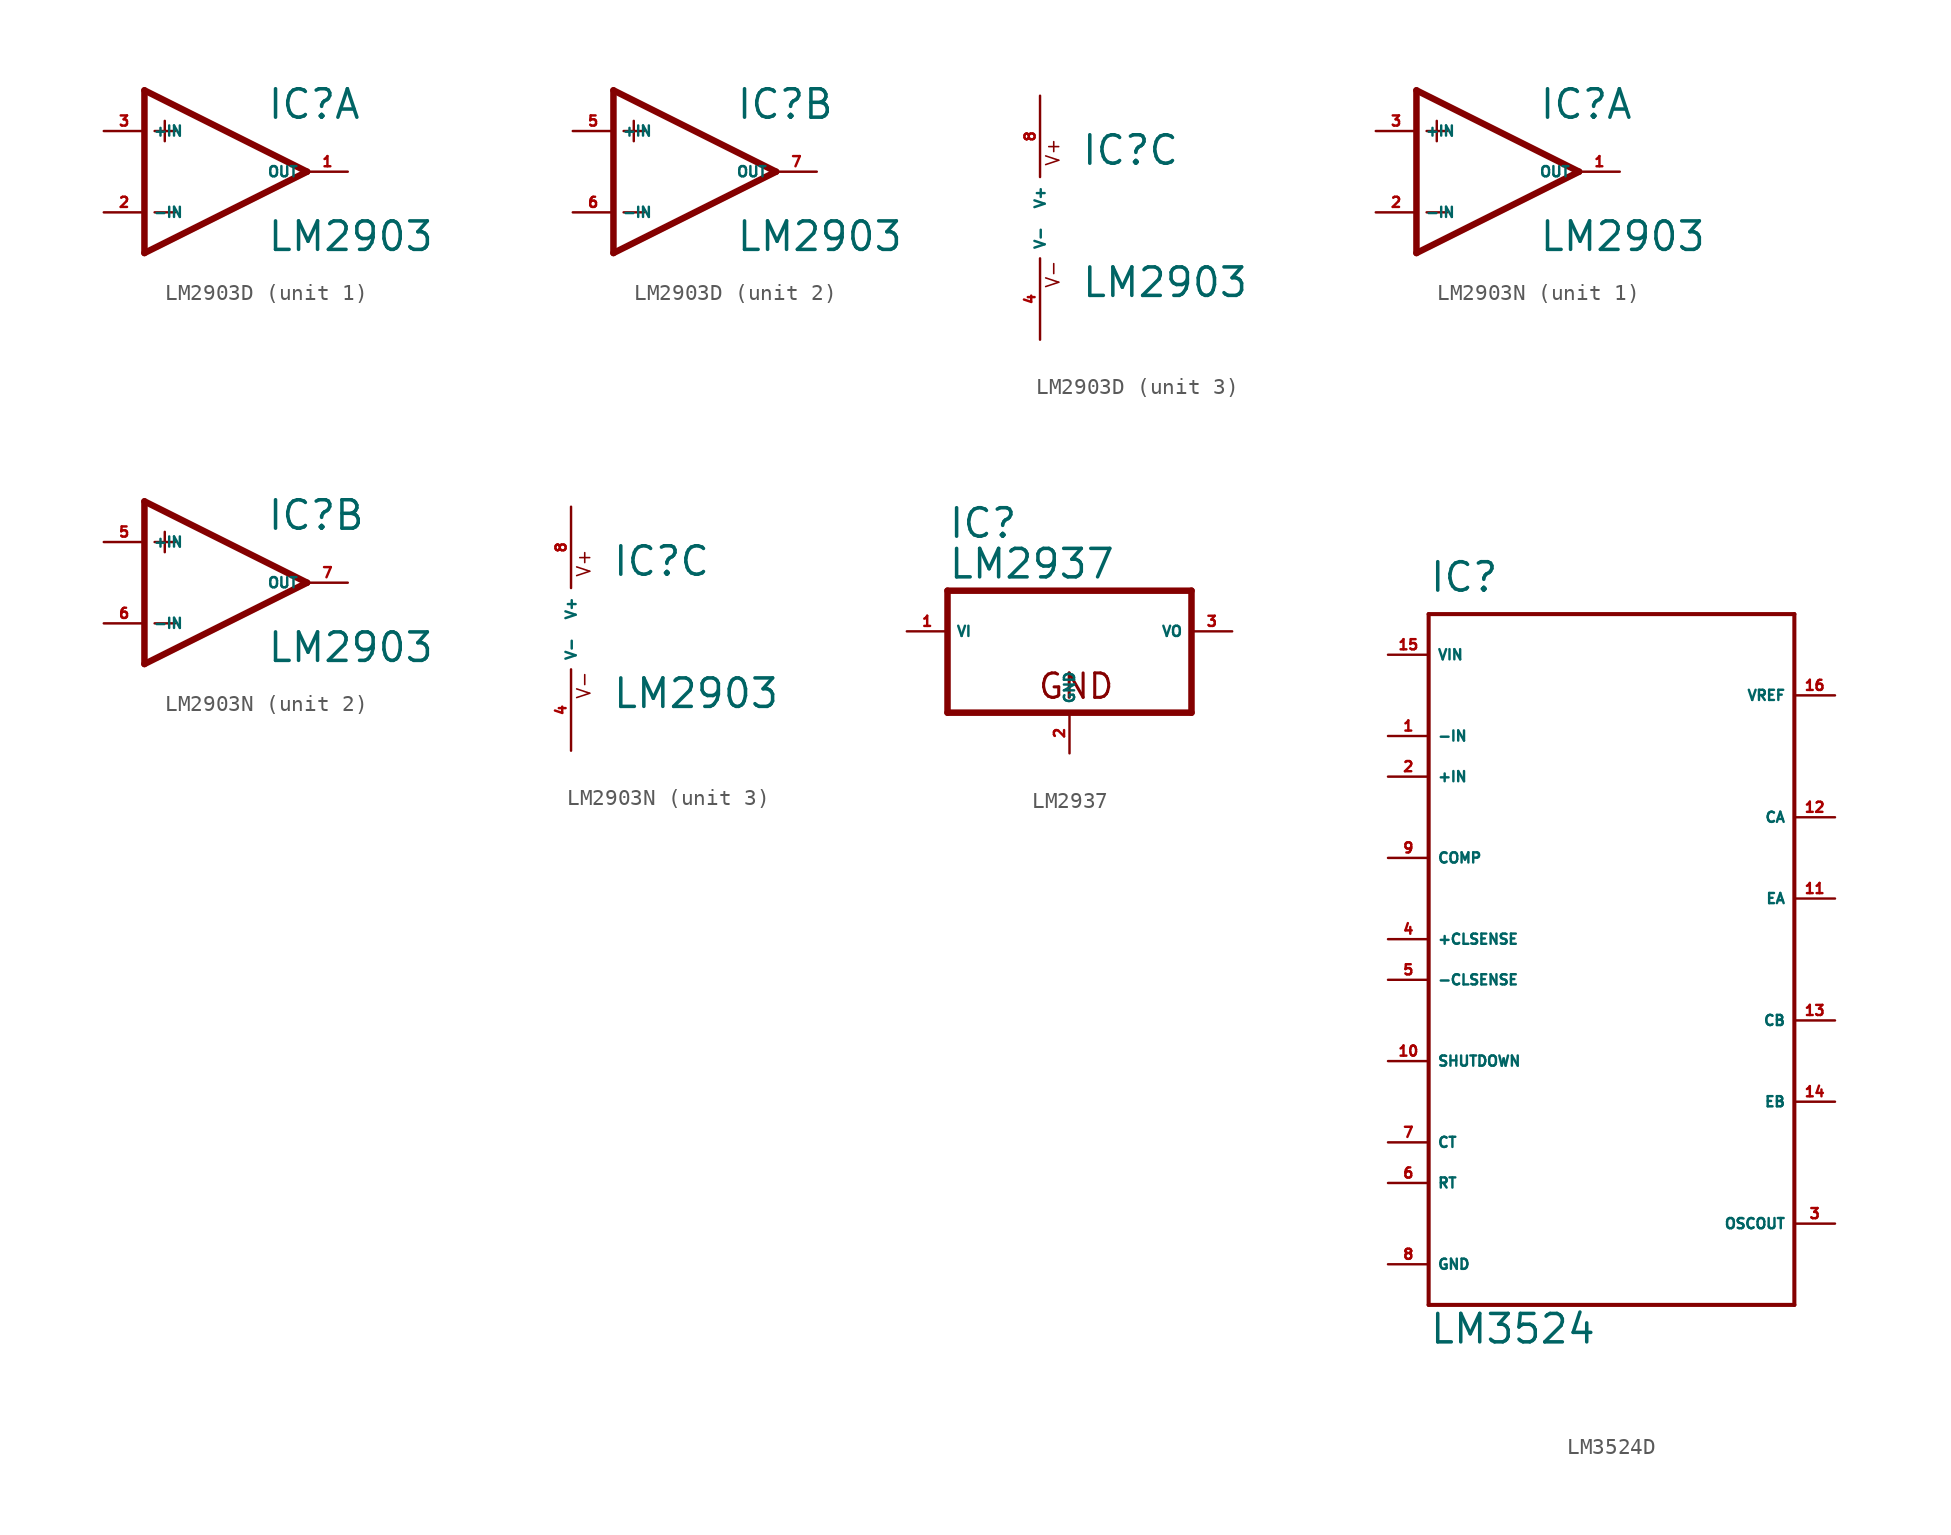
<source format=kicad_sym>
(kicad_symbol_lib
  (version 20220914)
  (generator Eagle2Kicad)
  (symbol "LM2903D"
    (property "Reference" "IC"
      (at 2.54 3.175 0)
      (effects (font (size 1.778 1.778) (thickness 0.22)) (justify left bottom)))
    (property "Value" "LM2903"
      (at 2.54 -5.08 0)
      (effects (font (size 1.778 1.778) (thickness 0.22)) (justify left bottom)))
    (symbol "LM2903D_1_0"
      (polyline (pts (xy -5.08 5.08) (xy -5.08 -5.08)) (stroke (width 0.406) (type default)) (fill (type none)))
      (polyline (pts (xy -5.08 -5.08) (xy 5.08 0)) (stroke (width 0.406) (type default)) (fill (type none)))
      (polyline (pts (xy 5.08 0) (xy -5.08 5.08)) (stroke (width 0.406) (type default)) (fill (type none)))
      (polyline (pts (xy -3.81 3.175) (xy -3.81 1.905)) (stroke (width 0.152) (type default)) (fill (type none)))
      (polyline (pts (xy -4.445 2.54) (xy -3.175 2.54)) (stroke (width 0.152) (type default)) (fill (type none)))
      (polyline (pts (xy -4.445 -2.54) (xy -3.175 -2.54)) (stroke (width 0.152) (type default)) (fill (type none)))
      (pin input line (at -7.62 -2.54 0) (length 2.54) (name "-IN" (effects (font (size 0.635 0.635) (thickness 0.08)) (justify left bottom))) (number "2" (effects (font (size 0.635 0.635) (thickness 0.08)) (justify left bottom))))
      (pin input line (at -7.62 2.54 0) (length 2.54) (name "+IN" (effects (font (size 0.635 0.635) (thickness 0.08)) (justify left bottom))) (number "3" (effects (font (size 0.635 0.635) (thickness 0.08)) (justify left bottom))))
      (pin output line (at 7.62 0 180) (length 2.54) (name "OUT" (effects (font (size 0.635 0.635) (thickness 0.08)) (justify left bottom))) (number "1" (effects (font (size 0.635 0.635) (thickness 0.08)) (justify left bottom)))))
    (symbol "LM2903D_2_0"
      (polyline (pts (xy -5.08 5.08) (xy -5.08 -5.08)) (stroke (width 0.406) (type default)) (fill (type none)))
      (polyline (pts (xy -5.08 -5.08) (xy 5.08 0)) (stroke (width 0.406) (type default)) (fill (type none)))
      (polyline (pts (xy 5.08 0) (xy -5.08 5.08)) (stroke (width 0.406) (type default)) (fill (type none)))
      (polyline (pts (xy -3.81 3.175) (xy -3.81 1.905)) (stroke (width 0.152) (type default)) (fill (type none)))
      (polyline (pts (xy -4.445 2.54) (xy -3.175 2.54)) (stroke (width 0.152) (type default)) (fill (type none)))
      (polyline (pts (xy -4.445 -2.54) (xy -3.175 -2.54)) (stroke (width 0.152) (type default)) (fill (type none)))
      (pin input line (at -7.62 -2.54 0) (length 2.54) (name "-IN" (effects (font (size 0.635 0.635) (thickness 0.08)) (justify left bottom))) (number "6" (effects (font (size 0.635 0.635) (thickness 0.08)) (justify left bottom))))
      (pin input line (at -7.62 2.54 0) (length 2.54) (name "+IN" (effects (font (size 0.635 0.635) (thickness 0.08)) (justify left bottom))) (number "5" (effects (font (size 0.635 0.635) (thickness 0.08)) (justify left bottom))))
      (pin output line (at 7.62 0 180) (length 2.54) (name "OUT" (effects (font (size 0.635 0.635) (thickness 0.08)) (justify left bottom))) (number "7" (effects (font (size 0.635 0.635) (thickness 0.08)) (justify left bottom)))))
    (symbol "LM2903D_3_0"
      (text "V+" (at 1.27 3.175 900) (effects (font (size 0.813 0.813) (thickness 0.10)) (justify left bottom)))
      (text "V-" (at 1.27 -4.445 900) (effects (font (size 0.813 0.813) (thickness 0.10)) (justify left bottom)))
      (pin unspecified line (at 0 7.62 270) (length 5.08) (name "V+" (effects (font (size 0.635 0.635) (thickness 0.08)) (justify left bottom))) (number "8" (effects (font (size 0.635 0.635) (thickness 0.08)) (justify left bottom))))
      (pin unspecified line (at 0 -7.62 90) (length 5.08) (name "V-" (effects (font (size 0.635 0.635) (thickness 0.08)) (justify left bottom))) (number "4" (effects (font (size 0.635 0.635) (thickness 0.08)) (justify left bottom))))))
  (symbol "LM2903N"
    (property "Reference" "IC"
      (at 2.54 3.175 0)
      (effects (font (size 1.778 1.778) (thickness 0.22)) (justify left bottom)))
    (property "Value" "LM2903"
      (at 2.54 -5.08 0)
      (effects (font (size 1.778 1.778) (thickness 0.22)) (justify left bottom)))
    (symbol "LM2903N_1_0"
      (polyline (pts (xy -5.08 5.08) (xy -5.08 -5.08)) (stroke (width 0.406) (type default)) (fill (type none)))
      (polyline (pts (xy -5.08 -5.08) (xy 5.08 0)) (stroke (width 0.406) (type default)) (fill (type none)))
      (polyline (pts (xy 5.08 0) (xy -5.08 5.08)) (stroke (width 0.406) (type default)) (fill (type none)))
      (polyline (pts (xy -3.81 3.175) (xy -3.81 1.905)) (stroke (width 0.152) (type default)) (fill (type none)))
      (polyline (pts (xy -4.445 2.54) (xy -3.175 2.54)) (stroke (width 0.152) (type default)) (fill (type none)))
      (polyline (pts (xy -4.445 -2.54) (xy -3.175 -2.54)) (stroke (width 0.152) (type default)) (fill (type none)))
      (pin input line (at -7.62 -2.54 0) (length 2.54) (name "-IN" (effects (font (size 0.635 0.635) (thickness 0.08)) (justify left bottom))) (number "2" (effects (font (size 0.635 0.635) (thickness 0.08)) (justify left bottom))))
      (pin input line (at -7.62 2.54 0) (length 2.54) (name "+IN" (effects (font (size 0.635 0.635) (thickness 0.08)) (justify left bottom))) (number "3" (effects (font (size 0.635 0.635) (thickness 0.08)) (justify left bottom))))
      (pin output line (at 7.62 0 180) (length 2.54) (name "OUT" (effects (font (size 0.635 0.635) (thickness 0.08)) (justify left bottom))) (number "1" (effects (font (size 0.635 0.635) (thickness 0.08)) (justify left bottom)))))
    (symbol "LM2903N_2_0"
      (polyline (pts (xy -5.08 5.08) (xy -5.08 -5.08)) (stroke (width 0.406) (type default)) (fill (type none)))
      (polyline (pts (xy -5.08 -5.08) (xy 5.08 0)) (stroke (width 0.406) (type default)) (fill (type none)))
      (polyline (pts (xy 5.08 0) (xy -5.08 5.08)) (stroke (width 0.406) (type default)) (fill (type none)))
      (polyline (pts (xy -3.81 3.175) (xy -3.81 1.905)) (stroke (width 0.152) (type default)) (fill (type none)))
      (polyline (pts (xy -4.445 2.54) (xy -3.175 2.54)) (stroke (width 0.152) (type default)) (fill (type none)))
      (polyline (pts (xy -4.445 -2.54) (xy -3.175 -2.54)) (stroke (width 0.152) (type default)) (fill (type none)))
      (pin input line (at -7.62 -2.54 0) (length 2.54) (name "-IN" (effects (font (size 0.635 0.635) (thickness 0.08)) (justify left bottom))) (number "6" (effects (font (size 0.635 0.635) (thickness 0.08)) (justify left bottom))))
      (pin input line (at -7.62 2.54 0) (length 2.54) (name "+IN" (effects (font (size 0.635 0.635) (thickness 0.08)) (justify left bottom))) (number "5" (effects (font (size 0.635 0.635) (thickness 0.08)) (justify left bottom))))
      (pin output line (at 7.62 0 180) (length 2.54) (name "OUT" (effects (font (size 0.635 0.635) (thickness 0.08)) (justify left bottom))) (number "7" (effects (font (size 0.635 0.635) (thickness 0.08)) (justify left bottom)))))
    (symbol "LM2903N_3_0"
      (text "V+" (at 1.27 3.175 900) (effects (font (size 0.813 0.813) (thickness 0.10)) (justify left bottom)))
      (text "V-" (at 1.27 -4.445 900) (effects (font (size 0.813 0.813) (thickness 0.10)) (justify left bottom)))
      (pin unspecified line (at 0 7.62 270) (length 5.08) (name "V+" (effects (font (size 0.635 0.635) (thickness 0.08)) (justify left bottom))) (number "8" (effects (font (size 0.635 0.635) (thickness 0.08)) (justify left bottom))))
      (pin unspecified line (at 0 -7.62 90) (length 5.08) (name "V-" (effects (font (size 0.635 0.635) (thickness 0.08)) (justify left bottom))) (number "4" (effects (font (size 0.635 0.635) (thickness 0.08)) (justify left bottom))))))
  (symbol "LM2937"
    (property "Reference" "IC"
      (at -7.62 5.715 0)
      (effects (font (size 1.778 1.778) (thickness 0.22)) (justify left bottom)))
    (property "Value" "LM2937"
      (at -7.62 3.175 0)
      (effects (font (size 1.778 1.778) (thickness 0.22)) (justify left bottom)))
    (polyline
      (pts (xy -7.62 -5.08) (xy 7.62 -5.08))
      (stroke (width 0.406) (type default))
      (fill (type none)))
    (polyline
      (pts (xy 7.62 -5.08) (xy 7.62 2.54))
      (stroke (width 0.406) (type default))
      (fill (type none)))
    (polyline
      (pts (xy 7.62 2.54) (xy -7.62 2.54))
      (stroke (width 0.406) (type default))
      (fill (type none)))
    (polyline
      (pts (xy -7.62 2.54) (xy -7.62 -5.08))
      (stroke (width 0.406) (type default))
      (fill (type none)))
    (text "GND"
      (at -2.032 -4.318 0)
      (effects (font (size 1.524 1.524) (thickness 0.19)) (justify left bottom)))
    (pin input line
      (at -10.16 0 0)
      (length 2.54)
      (name "VI" (effects (font (size 0.635 0.635) (thickness 0.08)) (justify left bottom)))
      (number "1" (effects (font (size 0.635 0.635) (thickness 0.08)) (justify left bottom))))
    (pin passive line
      (at 0 -7.62 90)
      (length 2.54)
      (name "GND" (effects (font (size 0.635 0.635) (thickness 0.08)) (justify left bottom)))
      (number "2" (effects (font (size 0.635 0.635) (thickness 0.08)) (justify left bottom))))
    (pin passive line
      (at 10.16 0 180)
      (length 2.54)
      (name "VO" (effects (font (size 0.635 0.635) (thickness 0.08)) (justify left bottom)))
      (number "3" (effects (font (size 0.635 0.635) (thickness 0.08)) (justify left bottom)))))
  (symbol "LM3524D"
    (property "Reference" "IC"
      (at -12.7 21.59 0)
      (effects (font (size 1.778 1.778) (thickness 0.22)) (justify left bottom)))
    (property "Value" "LM3524"
      (at -12.7 -25.4 0)
      (effects (font (size 1.778 1.778) (thickness 0.22)) (justify left bottom)))
    (polyline
      (pts (xy -12.7 20.32) (xy 10.16 20.32))
      (stroke (width 0.254) (type default))
      (fill (type none)))
    (polyline
      (pts (xy 10.16 20.32) (xy 10.16 -22.86))
      (stroke (width 0.254) (type default))
      (fill (type none)))
    (polyline
      (pts (xy 10.16 -22.86) (xy -12.7 -22.86))
      (stroke (width 0.254) (type default))
      (fill (type none)))
    (polyline
      (pts (xy -12.7 -22.86) (xy -12.7 20.32))
      (stroke (width 0.254) (type default))
      (fill (type none)))
    (pin input line
      (at -15.24 17.78 0)
      (length 2.54)
      (name "VIN" (effects (font (size 0.635 0.635) (thickness 0.08)) (justify left bottom)))
      (number "15" (effects (font (size 0.635 0.635) (thickness 0.08)) (justify left bottom))))
    (pin input line
      (at -15.24 12.7 0)
      (length 2.54)
      (name "-IN" (effects (font (size 0.635 0.635) (thickness 0.08)) (justify left bottom)))
      (number "1" (effects (font (size 0.635 0.635) (thickness 0.08)) (justify left bottom))))
    (pin input line
      (at -15.24 10.16 0)
      (length 2.54)
      (name "+IN" (effects (font (size 0.635 0.635) (thickness 0.08)) (justify left bottom)))
      (number "2" (effects (font (size 0.635 0.635) (thickness 0.08)) (justify left bottom))))
    (pin input line
      (at -15.24 5.08 0)
      (length 2.54)
      (name "COMP" (effects (font (size 0.635 0.635) (thickness 0.08)) (justify left bottom)))
      (number "9" (effects (font (size 0.635 0.635) (thickness 0.08)) (justify left bottom))))
    (pin input line
      (at -15.24 0 0)
      (length 2.54)
      (name "+CLSENSE" (effects (font (size 0.635 0.635) (thickness 0.08)) (justify left bottom)))
      (number "4" (effects (font (size 0.635 0.635) (thickness 0.08)) (justify left bottom))))
    (pin input line
      (at -15.24 -2.54 0)
      (length 2.54)
      (name "-CLSENSE" (effects (font (size 0.635 0.635) (thickness 0.08)) (justify left bottom)))
      (number "5" (effects (font (size 0.635 0.635) (thickness 0.08)) (justify left bottom))))
    (pin input line
      (at -15.24 -7.62 0)
      (length 2.54)
      (name "SHUTDOWN" (effects (font (size 0.635 0.635) (thickness 0.08)) (justify left bottom)))
      (number "10" (effects (font (size 0.635 0.635) (thickness 0.08)) (justify left bottom))))
    (pin input line
      (at -15.24 -12.7 0)
      (length 2.54)
      (name "CT" (effects (font (size 0.635 0.635) (thickness 0.08)) (justify left bottom)))
      (number "7" (effects (font (size 0.635 0.635) (thickness 0.08)) (justify left bottom))))
    (pin input line
      (at -15.24 -15.24 0)
      (length 2.54)
      (name "RT" (effects (font (size 0.635 0.635) (thickness 0.08)) (justify left bottom)))
      (number "6" (effects (font (size 0.635 0.635) (thickness 0.08)) (justify left bottom))))
    (pin unspecified line
      (at -15.24 -20.32 0)
      (length 2.54)
      (name "GND" (effects (font (size 0.635 0.635) (thickness 0.08)) (justify left bottom)))
      (number "8" (effects (font (size 0.635 0.635) (thickness 0.08)) (justify left bottom))))
    (pin output line
      (at 12.7 -17.78 180)
      (length 2.54)
      (name "OSCOUT" (effects (font (size 0.635 0.635) (thickness 0.08)) (justify left bottom)))
      (number "3" (effects (font (size 0.635 0.635) (thickness 0.08)) (justify left bottom))))
    (pin passive line
      (at 12.7 15.24 180)
      (length 2.54)
      (name "VREF" (effects (font (size 0.635 0.635) (thickness 0.08)) (justify left bottom)))
      (number "16" (effects (font (size 0.635 0.635) (thickness 0.08)) (justify left bottom))))
    (pin passive line
      (at 12.7 7.62 180)
      (length 2.54)
      (name "CA" (effects (font (size 0.635 0.635) (thickness 0.08)) (justify left bottom)))
      (number "12" (effects (font (size 0.635 0.635) (thickness 0.08)) (justify left bottom))))
    (pin passive line
      (at 12.7 2.54 180)
      (length 2.54)
      (name "EA" (effects (font (size 0.635 0.635) (thickness 0.08)) (justify left bottom)))
      (number "11" (effects (font (size 0.635 0.635) (thickness 0.08)) (justify left bottom))))
    (pin passive line
      (at 12.7 -5.08 180)
      (length 2.54)
      (name "CB" (effects (font (size 0.635 0.635) (thickness 0.08)) (justify left bottom)))
      (number "13" (effects (font (size 0.635 0.635) (thickness 0.08)) (justify left bottom))))
    (pin passive line
      (at 12.7 -10.16 180)
      (length 2.54)
      (name "EB" (effects (font (size 0.635 0.635) (thickness 0.08)) (justify left bottom)))
      (number "14" (effects (font (size 0.635 0.635) (thickness 0.08)) (justify left bottom))))))
</source>
